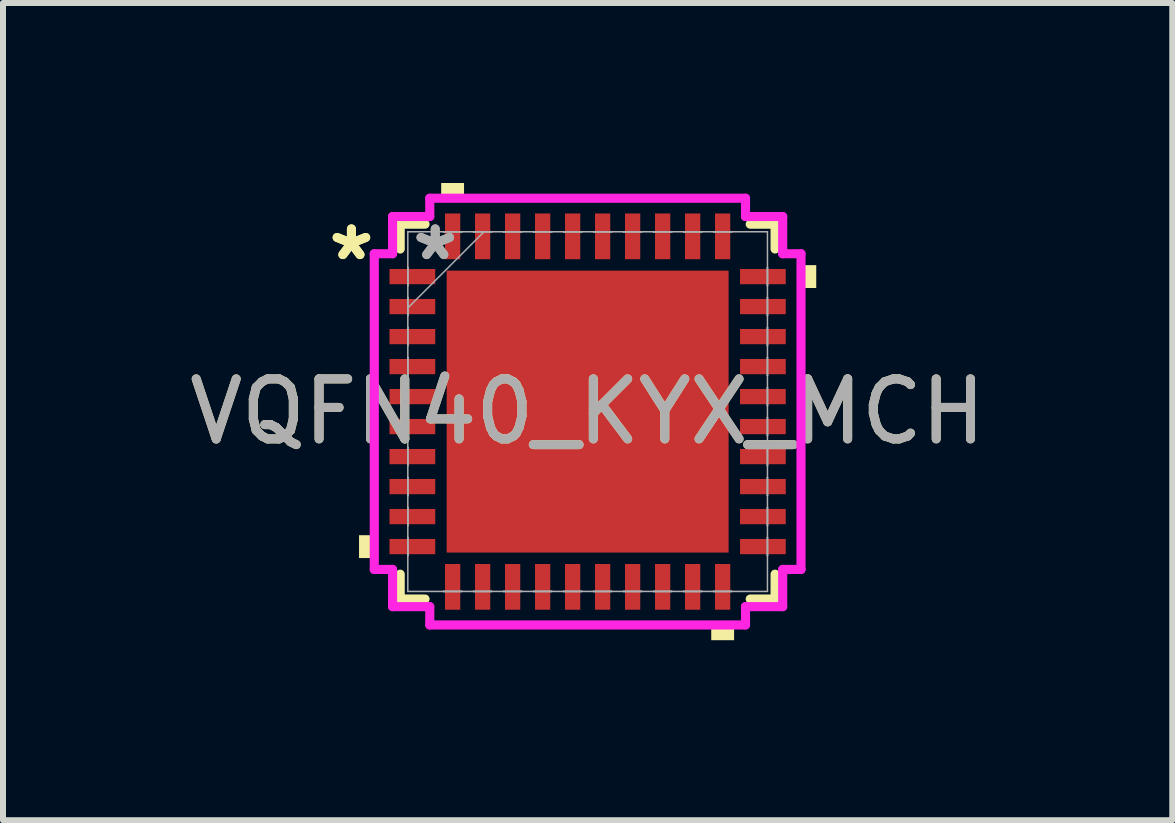
<source format=kicad_pcb>
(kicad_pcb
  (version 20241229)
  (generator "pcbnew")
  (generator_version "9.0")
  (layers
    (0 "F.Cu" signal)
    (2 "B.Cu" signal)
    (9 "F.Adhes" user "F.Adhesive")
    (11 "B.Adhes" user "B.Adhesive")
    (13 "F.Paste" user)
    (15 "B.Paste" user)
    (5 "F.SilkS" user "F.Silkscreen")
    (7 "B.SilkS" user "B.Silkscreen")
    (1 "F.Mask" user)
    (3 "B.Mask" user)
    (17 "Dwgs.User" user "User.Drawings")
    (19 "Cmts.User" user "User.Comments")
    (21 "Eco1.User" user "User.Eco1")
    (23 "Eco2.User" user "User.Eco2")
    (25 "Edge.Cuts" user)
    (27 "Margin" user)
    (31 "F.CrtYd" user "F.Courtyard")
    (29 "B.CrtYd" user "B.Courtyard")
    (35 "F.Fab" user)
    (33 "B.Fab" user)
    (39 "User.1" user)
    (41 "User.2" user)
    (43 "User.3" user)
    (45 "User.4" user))
  (footprint "VQFN40_KYX_MCH"
    (layer "F.Cu")
    (at 6.744 3.81)
    (property "Reference" "VQFN40_KYX_MCH" (at 0 0 0) (unlocked yes) (layer "F.SilkS") (effects (font (size 1 1) (thickness 0.15))))
    (attr smd)
    (fp_line (start -3.124 -3.124) (end -3.124 -2.71) (stroke (width 0.152) (type solid)) (layer "F.SilkS"))
    (fp_line (start -3.124 2.71) (end -3.124 3.124) (stroke (width 0.152) (type solid)) (layer "F.SilkS"))
    (fp_line (start -3.124 3.124) (end -2.71 3.124) (stroke (width 0.152) (type solid)) (layer "F.SilkS"))
    (fp_line (start -2.71 -3.124) (end -3.124 -3.124) (stroke (width 0.152) (type solid)) (layer "F.SilkS"))
    (fp_line (start 2.71 3.124) (end 3.124 3.124) (stroke (width 0.152) (type solid)) (layer "F.SilkS"))
    (fp_line (start 3.124 -3.124) (end 2.71 -3.124) (stroke (width 0.152) (type solid)) (layer "F.SilkS"))
    (fp_line (start 3.124 -2.71) (end 3.124 -3.124) (stroke (width 0.152) (type solid)) (layer "F.SilkS"))
    (fp_line (start 3.124 3.124) (end 3.124 2.71) (stroke (width 0.152) (type solid)) (layer "F.SilkS"))
    (fp_poly (pts (xy -3.81 2.06) (xy -3.81 2.441) (xy -3.556 2.441) (xy -3.556 2.06)) (stroke (width 0) (type solid)) (fill yes) (layer "F.SilkS"))
    (fp_poly (pts (xy -2.441 -3.556) (xy -2.441 -3.81) (xy -2.06 -3.81) (xy -2.06 -3.556)) (stroke (width 0) (type solid)) (fill yes) (layer "F.SilkS"))
    (fp_poly (pts (xy 2.06 3.556) (xy 2.06 3.81) (xy 2.441 3.81) (xy 2.441 3.556)) (stroke (width 0) (type solid)) (fill yes) (layer "F.SilkS"))
    (fp_poly (pts (xy 3.81 -2.441) (xy 3.81 -2.06) (xy 3.556 -2.06) (xy 3.556 -2.441)) (stroke (width 0) (type solid)) (fill yes) (layer "F.SilkS"))
    (fp_poly (pts (xy -2.249 -2.249) (xy -2.249 -0.883) (xy -0.883 -0.883) (xy -0.883 -2.249)) (stroke (width 0) (type solid)) (fill yes) (layer "F.Paste"))
    (fp_poly (pts (xy -2.249 -0.683) (xy -2.249 0.683) (xy -0.883 0.683) (xy -0.883 -0.683)) (stroke (width 0) (type solid)) (fill yes) (layer "F.Paste"))
    (fp_poly (pts (xy -2.249 0.883) (xy -2.249 2.249) (xy -0.883 2.249) (xy -0.883 0.883)) (stroke (width 0) (type solid)) (fill yes) (layer "F.Paste"))
    (fp_poly (pts (xy -0.683 -2.249) (xy -0.683 -0.883) (xy 0.683 -0.883) (xy 0.683 -2.249)) (stroke (width 0) (type solid)) (fill yes) (layer "F.Paste"))
    (fp_poly (pts (xy -0.683 -0.683) (xy -0.683 0.683) (xy 0.683 0.683) (xy 0.683 -0.683)) (stroke (width 0) (type solid)) (fill yes) (layer "F.Paste"))
    (fp_poly (pts (xy -0.683 0.883) (xy -0.683 2.249) (xy 0.683 2.249) (xy 0.683 0.883)) (stroke (width 0) (type solid)) (fill yes) (layer "F.Paste"))
    (fp_poly (pts (xy 0.883 -2.249) (xy 0.883 -0.883) (xy 2.249 -0.883) (xy 2.249 -2.249)) (stroke (width 0) (type solid)) (fill yes) (layer "F.Paste"))
    (fp_poly (pts (xy 0.883 -0.683) (xy 0.883 0.683) (xy 2.249 0.683) (xy 2.249 -0.683)) (stroke (width 0) (type solid)) (fill yes) (layer "F.Paste"))
    (fp_poly (pts (xy 0.883 0.883) (xy 0.883 2.249) (xy 2.249 2.249) (xy 2.249 0.883)) (stroke (width 0) (type solid)) (fill yes) (layer "F.Paste"))
    (fp_line (start -3.556 -2.631) (end -3.251 -2.631) (stroke (width 0.152) (type solid)) (layer "F.CrtYd"))
    (fp_line (start -3.556 2.631) (end -3.556 -2.631) (stroke (width 0.152) (type solid)) (layer "F.CrtYd"))
    (fp_line (start -3.251 -3.251) (end -2.631 -3.251) (stroke (width 0.152) (type solid)) (layer "F.CrtYd"))
    (fp_line (start -3.251 -2.631) (end -3.251 -3.251) (stroke (width 0.152) (type solid)) (layer "F.CrtYd"))
    (fp_line (start -3.251 2.631) (end -3.556 2.631) (stroke (width 0.152) (type solid)) (layer "F.CrtYd"))
    (fp_line (start -3.251 3.251) (end -3.251 2.631) (stroke (width 0.152) (type solid)) (layer "F.CrtYd"))
    (fp_line (start -2.631 -3.556) (end 2.631 -3.556) (stroke (width 0.152) (type solid)) (layer "F.CrtYd"))
    (fp_line (start -2.631 -3.251) (end -2.631 -3.556) (stroke (width 0.152) (type solid)) (layer "F.CrtYd"))
    (fp_line (start -2.631 3.251) (end -3.251 3.251) (stroke (width 0.152) (type solid)) (layer "F.CrtYd"))
    (fp_line (start -2.631 3.556) (end -2.631 3.251) (stroke (width 0.152) (type solid)) (layer "F.CrtYd"))
    (fp_line (start 2.631 -3.556) (end 2.631 -3.251) (stroke (width 0.152) (type solid)) (layer "F.CrtYd"))
    (fp_line (start 2.631 -3.251) (end 3.251 -3.251) (stroke (width 0.152) (type solid)) (layer "F.CrtYd"))
    (fp_line (start 2.631 3.251) (end 2.631 3.556) (stroke (width 0.152) (type solid)) (layer "F.CrtYd"))
    (fp_line (start 2.631 3.556) (end -2.631 3.556) (stroke (width 0.152) (type solid)) (layer "F.CrtYd"))
    (fp_line (start 3.251 -3.251) (end 3.251 -2.631) (stroke (width 0.152) (type solid)) (layer "F.CrtYd"))
    (fp_line (start 3.251 -2.631) (end 3.556 -2.631) (stroke (width 0.152) (type solid)) (layer "F.CrtYd"))
    (fp_line (start 3.251 2.631) (end 3.251 3.251) (stroke (width 0.152) (type solid)) (layer "F.CrtYd"))
    (fp_line (start 3.251 3.251) (end 2.631 3.251) (stroke (width 0.152) (type solid)) (layer "F.CrtYd"))
    (fp_line (start 3.556 -2.631) (end 3.556 2.631) (stroke (width 0.152) (type solid)) (layer "F.CrtYd"))
    (fp_line (start 3.556 2.631) (end 3.251 2.631) (stroke (width 0.152) (type solid)) (layer "F.CrtYd"))
    (fp_line (start -2.997 -2.997) (end -2.997 -2.997) (stroke (width 0.025) (type solid)) (layer "F.Fab"))
    (fp_line (start -2.997 -2.997) (end -2.997 2.997) (stroke (width 0.025) (type solid)) (layer "F.Fab"))
    (fp_line (start -2.997 -2.402) (end -2.997 -2.402) (stroke (width 0.025) (type solid)) (layer "F.Fab"))
    (fp_line (start -2.997 -2.402) (end -2.997 -2.098) (stroke (width 0.025) (type solid)) (layer "F.Fab"))
    (fp_line (start -2.997 -2.098) (end -2.997 -2.402) (stroke (width 0.025) (type solid)) (layer "F.Fab"))
    (fp_line (start -2.997 -2.098) (end -2.997 -2.098) (stroke (width 0.025) (type solid)) (layer "F.Fab"))
    (fp_line (start -2.997 -1.902) (end -2.997 -1.902) (stroke (width 0.025) (type solid)) (layer "F.Fab"))
    (fp_line (start -2.997 -1.902) (end -2.997 -1.598) (stroke (width 0.025) (type solid)) (layer "F.Fab"))
    (fp_line (start -2.997 -1.727) (end -1.727 -2.997) (stroke (width 0.025) (type solid)) (layer "F.Fab"))
    (fp_line (start -2.997 -1.598) (end -2.997 -1.902) (stroke (width 0.025) (type solid)) (layer "F.Fab"))
    (fp_line (start -2.997 -1.598) (end -2.997 -1.598) (stroke (width 0.025) (type solid)) (layer "F.Fab"))
    (fp_line (start -2.997 -1.402) (end -2.997 -1.402) (stroke (width 0.025) (type solid)) (layer "F.Fab"))
    (fp_line (start -2.997 -1.402) (end -2.997 -1.098) (stroke (width 0.025) (type solid)) (layer "F.Fab"))
    (fp_line (start -2.997 -1.098) (end -2.997 -1.402) (stroke (width 0.025) (type solid)) (layer "F.Fab"))
    (fp_line (start -2.997 -1.098) (end -2.997 -1.098) (stroke (width 0.025) (type solid)) (layer "F.Fab"))
    (fp_line (start -2.997 -0.902) (end -2.997 -0.902) (stroke (width 0.025) (type solid)) (layer "F.Fab"))
    (fp_line (start -2.997 -0.902) (end -2.997 -0.598) (stroke (width 0.025) (type solid)) (layer "F.Fab"))
    (fp_line (start -2.997 -0.598) (end -2.997 -0.902) (stroke (width 0.025) (type solid)) (layer "F.Fab"))
    (fp_line (start -2.997 -0.598) (end -2.997 -0.598) (stroke (width 0.025) (type solid)) (layer "F.Fab"))
    (fp_line (start -2.997 -0.402) (end -2.997 -0.402) (stroke (width 0.025) (type solid)) (layer "F.Fab"))
    (fp_line (start -2.997 -0.402) (end -2.997 -0.098) (stroke (width 0.025) (type solid)) (layer "F.Fab"))
    (fp_line (start -2.997 -0.098) (end -2.997 -0.402) (stroke (width 0.025) (type solid)) (layer "F.Fab"))
    (fp_line (start -2.997 -0.098) (end -2.997 -0.098) (stroke (width 0.025) (type solid)) (layer "F.Fab"))
    (fp_line (start -2.997 0.098) (end -2.997 0.098) (stroke (width 0.025) (type solid)) (layer "F.Fab"))
    (fp_line (start -2.997 0.098) (end -2.997 0.402) (stroke (width 0.025) (type solid)) (layer "F.Fab"))
    (fp_line (start -2.997 0.402) (end -2.997 0.098) (stroke (width 0.025) (type solid)) (layer "F.Fab"))
    (fp_line (start -2.997 0.402) (end -2.997 0.402) (stroke (width 0.025) (type solid)) (layer "F.Fab"))
    (fp_line (start -2.997 0.598) (end -2.997 0.598) (stroke (width 0.025) (type solid)) (layer "F.Fab"))
    (fp_line (start -2.997 0.598) (end -2.997 0.902) (stroke (width 0.025) (type solid)) (layer "F.Fab"))
    (fp_line (start -2.997 0.902) (end -2.997 0.598) (stroke (width 0.025) (type solid)) (layer "F.Fab"))
    (fp_line (start -2.997 0.902) (end -2.997 0.902) (stroke (width 0.025) (type solid)) (layer "F.Fab"))
    (fp_line (start -2.997 1.098) (end -2.997 1.098) (stroke (width 0.025) (type solid)) (layer "F.Fab"))
    (fp_line (start -2.997 1.098) (end -2.997 1.402) (stroke (width 0.025) (type solid)) (layer "F.Fab"))
    (fp_line (start -2.997 1.402) (end -2.997 1.098) (stroke (width 0.025) (type solid)) (layer "F.Fab"))
    (fp_line (start -2.997 1.402) (end -2.997 1.402) (stroke (width 0.025) (type solid)) (layer "F.Fab"))
    (fp_line (start -2.997 1.598) (end -2.997 1.598) (stroke (width 0.025) (type solid)) (layer "F.Fab"))
    (fp_line (start -2.997 1.598) (end -2.997 1.902) (stroke (width 0.025) (type solid)) (layer "F.Fab"))
    (fp_line (start -2.997 1.902) (end -2.997 1.598) (stroke (width 0.025) (type solid)) (layer "F.Fab"))
    (fp_line (start -2.997 1.902) (end -2.997 1.902) (stroke (width 0.025) (type solid)) (layer "F.Fab"))
    (fp_line (start -2.997 2.098) (end -2.997 2.098) (stroke (width 0.025) (type solid)) (layer "F.Fab"))
    (fp_line (start -2.997 2.098) (end -2.997 2.402) (stroke (width 0.025) (type solid)) (layer "F.Fab"))
    (fp_line (start -2.997 2.402) (end -2.997 2.098) (stroke (width 0.025) (type solid)) (layer "F.Fab"))
    (fp_line (start -2.997 2.402) (end -2.997 2.402) (stroke (width 0.025) (type solid)) (layer "F.Fab"))
    (fp_line (start -2.997 2.997) (end -2.997 2.997) (stroke (width 0.025) (type solid)) (layer "F.Fab"))
    (fp_line (start -2.997 2.997) (end 2.997 2.997) (stroke (width 0.025) (type solid)) (layer "F.Fab"))
    (fp_line (start -2.402 -2.997) (end -2.402 -2.997) (stroke (width 0.025) (type solid)) (layer "F.Fab"))
    (fp_line (start -2.402 -2.997) (end -2.098 -2.997) (stroke (width 0.025) (type solid)) (layer "F.Fab"))
    (fp_line (start -2.402 2.997) (end -2.402 2.997) (stroke (width 0.025) (type solid)) (layer "F.Fab"))
    (fp_line (start -2.402 2.997) (end -2.098 2.997) (stroke (width 0.025) (type solid)) (layer "F.Fab"))
    (fp_line (start -2.098 -2.997) (end -2.402 -2.997) (stroke (width 0.025) (type solid)) (layer "F.Fab"))
    (fp_line (start -2.098 -2.997) (end -2.098 -2.997) (stroke (width 0.025) (type solid)) (layer "F.Fab"))
    (fp_line (start -2.098 2.997) (end -2.402 2.997) (stroke (width 0.025) (type solid)) (layer "F.Fab"))
    (fp_line (start -2.098 2.997) (end -2.098 2.997) (stroke (width 0.025) (type solid)) (layer "F.Fab"))
    (fp_line (start -1.902 -2.997) (end -1.902 -2.997) (stroke (width 0.025) (type solid)) (layer "F.Fab"))
    (fp_line (start -1.902 -2.997) (end -1.598 -2.997) (stroke (width 0.025) (type solid)) (layer "F.Fab"))
    (fp_line (start -1.902 2.997) (end -1.902 2.997) (stroke (width 0.025) (type solid)) (layer "F.Fab"))
    (fp_line (start -1.902 2.997) (end -1.598 2.997) (stroke (width 0.025) (type solid)) (layer "F.Fab"))
    (fp_line (start -1.598 -2.997) (end -1.902 -2.997) (stroke (width 0.025) (type solid)) (layer "F.Fab"))
    (fp_line (start -1.598 -2.997) (end -1.598 -2.997) (stroke (width 0.025) (type solid)) (layer "F.Fab"))
    (fp_line (start -1.598 2.997) (end -1.902 2.997) (stroke (width 0.025) (type solid)) (layer "F.Fab"))
    (fp_line (start -1.598 2.997) (end -1.598 2.997) (stroke (width 0.025) (type solid)) (layer "F.Fab"))
    (fp_line (start -1.402 -2.997) (end -1.402 -2.997) (stroke (width 0.025) (type solid)) (layer "F.Fab"))
    (fp_line (start -1.402 -2.997) (end -1.098 -2.997) (stroke (width 0.025) (type solid)) (layer "F.Fab"))
    (fp_line (start -1.402 2.997) (end -1.402 2.997) (stroke (width 0.025) (type solid)) (layer "F.Fab"))
    (fp_line (start -1.402 2.997) (end -1.098 2.997) (stroke (width 0.025) (type solid)) (layer "F.Fab"))
    (fp_line (start -1.098 -2.997) (end -1.402 -2.997) (stroke (width 0.025) (type solid)) (layer "F.Fab"))
    (fp_line (start -1.098 -2.997) (end -1.098 -2.997) (stroke (width 0.025) (type solid)) (layer "F.Fab"))
    (fp_line (start -1.098 2.997) (end -1.402 2.997) (stroke (width 0.025) (type solid)) (layer "F.Fab"))
    (fp_line (start -1.098 2.997) (end -1.098 2.997) (stroke (width 0.025) (type solid)) (layer "F.Fab"))
    (fp_line (start -0.902 -2.997) (end -0.902 -2.997) (stroke (width 0.025) (type solid)) (layer "F.Fab"))
    (fp_line (start -0.902 -2.997) (end -0.598 -2.997) (stroke (width 0.025) (type solid)) (layer "F.Fab"))
    (fp_line (start -0.902 2.997) (end -0.902 2.997) (stroke (width 0.025) (type solid)) (layer "F.Fab"))
    (fp_line (start -0.902 2.997) (end -0.598 2.997) (stroke (width 0.025) (type solid)) (layer "F.Fab"))
    (fp_line (start -0.598 -2.997) (end -0.902 -2.997) (stroke (width 0.025) (type solid)) (layer "F.Fab"))
    (fp_line (start -0.598 -2.997) (end -0.598 -2.997) (stroke (width 0.025) (type solid)) (layer "F.Fab"))
    (fp_line (start -0.598 2.997) (end -0.902 2.997) (stroke (width 0.025) (type solid)) (layer "F.Fab"))
    (fp_line (start -0.598 2.997) (end -0.598 2.997) (stroke (width 0.025) (type solid)) (layer "F.Fab"))
    (fp_line (start -0.402 -2.997) (end -0.402 -2.997) (stroke (width 0.025) (type solid)) (layer "F.Fab"))
    (fp_line (start -0.402 -2.997) (end -0.098 -2.997) (stroke (width 0.025) (type solid)) (layer "F.Fab"))
    (fp_line (start -0.402 2.997) (end -0.402 2.997) (stroke (width 0.025) (type solid)) (layer "F.Fab"))
    (fp_line (start -0.402 2.997) (end -0.098 2.997) (stroke (width 0.025) (type solid)) (layer "F.Fab"))
    (fp_line (start -0.098 -2.997) (end -0.402 -2.997) (stroke (width 0.025) (type solid)) (layer "F.Fab"))
    (fp_line (start -0.098 -2.997) (end -0.098 -2.997) (stroke (width 0.025) (type solid)) (layer "F.Fab"))
    (fp_line (start -0.098 2.997) (end -0.402 2.997) (stroke (width 0.025) (type solid)) (layer "F.Fab"))
    (fp_line (start -0.098 2.997) (end -0.098 2.997) (stroke (width 0.025) (type solid)) (layer "F.Fab"))
    (fp_line (start 0.098 -2.997) (end 0.098 -2.997) (stroke (width 0.025) (type solid)) (layer "F.Fab"))
    (fp_line (start 0.098 -2.997) (end 0.402 -2.997) (stroke (width 0.025) (type solid)) (layer "F.Fab"))
    (fp_line (start 0.098 2.997) (end 0.098 2.997) (stroke (width 0.025) (type solid)) (layer "F.Fab"))
    (fp_line (start 0.098 2.997) (end 0.402 2.997) (stroke (width 0.025) (type solid)) (layer "F.Fab"))
    (fp_line (start 0.402 -2.997) (end 0.098 -2.997) (stroke (width 0.025) (type solid)) (layer "F.Fab"))
    (fp_line (start 0.402 -2.997) (end 0.402 -2.997) (stroke (width 0.025) (type solid)) (layer "F.Fab"))
    (fp_line (start 0.402 2.997) (end 0.098 2.997) (stroke (width 0.025) (type solid)) (layer "F.Fab"))
    (fp_line (start 0.402 2.997) (end 0.402 2.997) (stroke (width 0.025) (type solid)) (layer "F.Fab"))
    (fp_line (start 0.598 -2.997) (end 0.598 -2.997) (stroke (width 0.025) (type solid)) (layer "F.Fab"))
    (fp_line (start 0.598 -2.997) (end 0.902 -2.997) (stroke (width 0.025) (type solid)) (layer "F.Fab"))
    (fp_line (start 0.598 2.997) (end 0.598 2.997) (stroke (width 0.025) (type solid)) (layer "F.Fab"))
    (fp_line (start 0.598 2.997) (end 0.902 2.997) (stroke (width 0.025) (type solid)) (layer "F.Fab"))
    (fp_line (start 0.902 -2.997) (end 0.598 -2.997) (stroke (width 0.025) (type solid)) (layer "F.Fab"))
    (fp_line (start 0.902 -2.997) (end 0.902 -2.997) (stroke (width 0.025) (type solid)) (layer "F.Fab"))
    (fp_line (start 0.902 2.997) (end 0.598 2.997) (stroke (width 0.025) (type solid)) (layer "F.Fab"))
    (fp_line (start 0.902 2.997) (end 0.902 2.997) (stroke (width 0.025) (type solid)) (layer "F.Fab"))
    (fp_line (start 1.098 -2.997) (end 1.098 -2.997) (stroke (width 0.025) (type solid)) (layer "F.Fab"))
    (fp_line (start 1.098 -2.997) (end 1.402 -2.997) (stroke (width 0.025) (type solid)) (layer "F.Fab"))
    (fp_line (start 1.098 2.997) (end 1.098 2.997) (stroke (width 0.025) (type solid)) (layer "F.Fab"))
    (fp_line (start 1.098 2.997) (end 1.402 2.997) (stroke (width 0.025) (type solid)) (layer "F.Fab"))
    (fp_line (start 1.402 -2.997) (end 1.098 -2.997) (stroke (width 0.025) (type solid)) (layer "F.Fab"))
    (fp_line (start 1.402 -2.997) (end 1.402 -2.997) (stroke (width 0.025) (type solid)) (layer "F.Fab"))
    (fp_line (start 1.402 2.997) (end 1.098 2.997) (stroke (width 0.025) (type solid)) (layer "F.Fab"))
    (fp_line (start 1.402 2.997) (end 1.402 2.997) (stroke (width 0.025) (type solid)) (layer "F.Fab"))
    (fp_line (start 1.598 -2.997) (end 1.598 -2.997) (stroke (width 0.025) (type solid)) (layer "F.Fab"))
    (fp_line (start 1.598 -2.997) (end 1.902 -2.997) (stroke (width 0.025) (type solid)) (layer "F.Fab"))
    (fp_line (start 1.598 2.997) (end 1.598 2.997) (stroke (width 0.025) (type solid)) (layer "F.Fab"))
    (fp_line (start 1.598 2.997) (end 1.902 2.997) (stroke (width 0.025) (type solid)) (layer "F.Fab"))
    (fp_line (start 1.902 -2.997) (end 1.598 -2.997) (stroke (width 0.025) (type solid)) (layer "F.Fab"))
    (fp_line (start 1.902 -2.997) (end 1.902 -2.997) (stroke (width 0.025) (type solid)) (layer "F.Fab"))
    (fp_line (start 1.902 2.997) (end 1.598 2.997) (stroke (width 0.025) (type solid)) (layer "F.Fab"))
    (fp_line (start 1.902 2.997) (end 1.902 2.997) (stroke (width 0.025) (type solid)) (layer "F.Fab"))
    (fp_line (start 2.098 -2.997) (end 2.098 -2.997) (stroke (width 0.025) (type solid)) (layer "F.Fab"))
    (fp_line (start 2.098 -2.997) (end 2.402 -2.997) (stroke (width 0.025) (type solid)) (layer "F.Fab"))
    (fp_line (start 2.098 2.997) (end 2.098 2.997) (stroke (width 0.025) (type solid)) (layer "F.Fab"))
    (fp_line (start 2.098 2.997) (end 2.402 2.997) (stroke (width 0.025) (type solid)) (layer "F.Fab"))
    (fp_line (start 2.402 -2.997) (end 2.098 -2.997) (stroke (width 0.025) (type solid)) (layer "F.Fab"))
    (fp_line (start 2.402 -2.997) (end 2.402 -2.997) (stroke (width 0.025) (type solid)) (layer "F.Fab"))
    (fp_line (start 2.402 2.997) (end 2.098 2.997) (stroke (width 0.025) (type solid)) (layer "F.Fab"))
    (fp_line (start 2.402 2.997) (end 2.402 2.997) (stroke (width 0.025) (type solid)) (layer "F.Fab"))
    (fp_line (start 2.997 -2.997) (end -2.997 -2.997) (stroke (width 0.025) (type solid)) (layer "F.Fab"))
    (fp_line (start 2.997 -2.997) (end 2.997 -2.997) (stroke (width 0.025) (type solid)) (layer "F.Fab"))
    (fp_line (start 2.997 -2.402) (end 2.997 -2.402) (stroke (width 0.025) (type solid)) (layer "F.Fab"))
    (fp_line (start 2.997 -2.402) (end 2.997 -2.098) (stroke (width 0.025) (type solid)) (layer "F.Fab"))
    (fp_line (start 2.997 -2.098) (end 2.997 -2.402) (stroke (width 0.025) (type solid)) (layer "F.Fab"))
    (fp_line (start 2.997 -2.098) (end 2.997 -2.098) (stroke (width 0.025) (type solid)) (layer "F.Fab"))
    (fp_line (start 2.997 -1.902) (end 2.997 -1.902) (stroke (width 0.025) (type solid)) (layer "F.Fab"))
    (fp_line (start 2.997 -1.902) (end 2.997 -1.598) (stroke (width 0.025) (type solid)) (layer "F.Fab"))
    (fp_line (start 2.997 -1.598) (end 2.997 -1.902) (stroke (width 0.025) (type solid)) (layer "F.Fab"))
    (fp_line (start 2.997 -1.598) (end 2.997 -1.598) (stroke (width 0.025) (type solid)) (layer "F.Fab"))
    (fp_line (start 2.997 -1.402) (end 2.997 -1.402) (stroke (width 0.025) (type solid)) (layer "F.Fab"))
    (fp_line (start 2.997 -1.402) (end 2.997 -1.098) (stroke (width 0.025) (type solid)) (layer "F.Fab"))
    (fp_line (start 2.997 -1.098) (end 2.997 -1.402) (stroke (width 0.025) (type solid)) (layer "F.Fab"))
    (fp_line (start 2.997 -1.098) (end 2.997 -1.098) (stroke (width 0.025) (type solid)) (layer "F.Fab"))
    (fp_line (start 2.997 -0.902) (end 2.997 -0.902) (stroke (width 0.025) (type solid)) (layer "F.Fab"))
    (fp_line (start 2.997 -0.902) (end 2.997 -0.598) (stroke (width 0.025) (type solid)) (layer "F.Fab"))
    (fp_line (start 2.997 -0.598) (end 2.997 -0.902) (stroke (width 0.025) (type solid)) (layer "F.Fab"))
    (fp_line (start 2.997 -0.598) (end 2.997 -0.598) (stroke (width 0.025) (type solid)) (layer "F.Fab"))
    (fp_line (start 2.997 -0.402) (end 2.997 -0.402) (stroke (width 0.025) (type solid)) (layer "F.Fab"))
    (fp_line (start 2.997 -0.402) (end 2.997 -0.098) (stroke (width 0.025) (type solid)) (layer "F.Fab"))
    (fp_line (start 2.997 -0.098) (end 2.997 -0.402) (stroke (width 0.025) (type solid)) (layer "F.Fab"))
    (fp_line (start 2.997 -0.098) (end 2.997 -0.098) (stroke (width 0.025) (type solid)) (layer "F.Fab"))
    (fp_line (start 2.997 0.098) (end 2.997 0.098) (stroke (width 0.025) (type solid)) (layer "F.Fab"))
    (fp_line (start 2.997 0.098) (end 2.997 0.402) (stroke (width 0.025) (type solid)) (layer "F.Fab"))
    (fp_line (start 2.997 0.402) (end 2.997 0.098) (stroke (width 0.025) (type solid)) (layer "F.Fab"))
    (fp_line (start 2.997 0.402) (end 2.997 0.402) (stroke (width 0.025) (type solid)) (layer "F.Fab"))
    (fp_line (start 2.997 0.598) (end 2.997 0.598) (stroke (width 0.025) (type solid)) (layer "F.Fab"))
    (fp_line (start 2.997 0.598) (end 2.997 0.902) (stroke (width 0.025) (type solid)) (layer "F.Fab"))
    (fp_line (start 2.997 0.902) (end 2.997 0.598) (stroke (width 0.025) (type solid)) (layer "F.Fab"))
    (fp_line (start 2.997 0.902) (end 2.997 0.902) (stroke (width 0.025) (type solid)) (layer "F.Fab"))
    (fp_line (start 2.997 1.098) (end 2.997 1.098) (stroke (width 0.025) (type solid)) (layer "F.Fab"))
    (fp_line (start 2.997 1.098) (end 2.997 1.402) (stroke (width 0.025) (type solid)) (layer "F.Fab"))
    (fp_line (start 2.997 1.402) (end 2.997 1.098) (stroke (width 0.025) (type solid)) (layer "F.Fab"))
    (fp_line (start 2.997 1.402) (end 2.997 1.402) (stroke (width 0.025) (type solid)) (layer "F.Fab"))
    (fp_line (start 2.997 1.598) (end 2.997 1.598) (stroke (width 0.025) (type solid)) (layer "F.Fab"))
    (fp_line (start 2.997 1.598) (end 2.997 1.902) (stroke (width 0.025) (type solid)) (layer "F.Fab"))
    (fp_line (start 2.997 1.902) (end 2.997 1.598) (stroke (width 0.025) (type solid)) (layer "F.Fab"))
    (fp_line (start 2.997 1.902) (end 2.997 1.902) (stroke (width 0.025) (type solid)) (layer "F.Fab"))
    (fp_line (start 2.997 2.098) (end 2.997 2.098) (stroke (width 0.025) (type solid)) (layer "F.Fab"))
    (fp_line (start 2.997 2.098) (end 2.997 2.402) (stroke (width 0.025) (type solid)) (layer "F.Fab"))
    (fp_line (start 2.997 2.402) (end 2.997 2.098) (stroke (width 0.025) (type solid)) (layer "F.Fab"))
    (fp_line (start 2.997 2.402) (end 2.997 2.402) (stroke (width 0.025) (type solid)) (layer "F.Fab"))
    (fp_line (start 2.997 2.997) (end 2.997 -2.997) (stroke (width 0.025) (type solid)) (layer "F.Fab"))
    (fp_line (start 2.997 2.997) (end 2.997 2.997) (stroke (width 0.025) (type solid)) (layer "F.Fab"))
    (fp_text user "*" (at -3.937 -2.5 0) (unlocked yes) (layer "F.SilkS") (effects (font (size 1 1) (thickness 0.15))))
    (fp_text user "*" (at -3.937 -2.5 0) (layer "F.SilkS") (effects (font (size 1 1) (thickness 0.15))))
    (fp_text user "*" (at -2.54 -2.5 0) (layer "F.Fab") (effects (font (size 1 1) (thickness 0.15))))
    (fp_text user "*" (at -2.54 -2.5 0) (unlocked yes) (layer "F.Fab") (effects (font (size 1 1) (thickness 0.15))))
    (fp_text user "${REFERENCE}" (at 0 0 0) (unlocked yes) (layer "F.Fab") (effects (font (size 1 1) (thickness 0.15))))
    (pad "1" smd rect (at -2.921 -2.25 90) (size 0.254 0.762) (layers "F.Cu" "F.Mask" "F.Paste"))
    (pad "2" smd rect (at -2.921 -1.75 90) (size 0.254 0.762) (layers "F.Cu" "F.Mask" "F.Paste"))
    (pad "3" smd rect (at -2.921 -1.25 90) (size 0.254 0.762) (layers "F.Cu" "F.Mask" "F.Paste"))
    (pad "4" smd rect (at -2.921 -0.75 90) (size 0.254 0.762) (layers "F.Cu" "F.Mask" "F.Paste"))
    (pad "5" smd rect (at -2.921 -0.25 90) (size 0.254 0.762) (layers "F.Cu" "F.Mask" "F.Paste"))
    (pad "6" smd rect (at -2.921 0.25 90) (size 0.254 0.762) (layers "F.Cu" "F.Mask" "F.Paste"))
    (pad "7" smd rect (at -2.921 0.75 90) (size 0.254 0.762) (layers "F.Cu" "F.Mask" "F.Paste"))
    (pad "8" smd rect (at -2.921 1.25 90) (size 0.254 0.762) (layers "F.Cu" "F.Mask" "F.Paste"))
    (pad "9" smd rect (at -2.921 1.75 90) (size 0.254 0.762) (layers "F.Cu" "F.Mask" "F.Paste"))
    (pad "10" smd rect (at -2.921 2.25 90) (size 0.254 0.762) (layers "F.Cu" "F.Mask" "F.Paste"))
    (pad "11" smd rect (at -2.25 2.921) (size 0.254 0.762) (layers "F.Cu" "F.Mask" "F.Paste"))
    (pad "12" smd rect (at -1.75 2.921) (size 0.254 0.762) (layers "F.Cu" "F.Mask" "F.Paste"))
    (pad "13" smd rect (at -1.25 2.921) (size 0.254 0.762) (layers "F.Cu" "F.Mask" "F.Paste"))
    (pad "14" smd rect (at -0.75 2.921) (size 0.254 0.762) (layers "F.Cu" "F.Mask" "F.Paste"))
    (pad "15" smd rect (at -0.25 2.921) (size 0.254 0.762) (layers "F.Cu" "F.Mask" "F.Paste"))
    (pad "16" smd rect (at 0.25 2.921) (size 0.254 0.762) (layers "F.Cu" "F.Mask" "F.Paste"))
    (pad "17" smd rect (at 0.75 2.921) (size 0.254 0.762) (layers "F.Cu" "F.Mask" "F.Paste"))
    (pad "18" smd rect (at 1.25 2.921) (size 0.254 0.762) (layers "F.Cu" "F.Mask" "F.Paste"))
    (pad "19" smd rect (at 1.75 2.921) (size 0.254 0.762) (layers "F.Cu" "F.Mask" "F.Paste"))
    (pad "20" smd rect (at 2.25 2.921) (size 0.254 0.762) (layers "F.Cu" "F.Mask" "F.Paste"))
    (pad "21" smd rect (at 2.921 2.25 90) (size 0.254 0.762) (layers "F.Cu" "F.Mask" "F.Paste"))
    (pad "22" smd rect (at 2.921 1.75 90) (size 0.254 0.762) (layers "F.Cu" "F.Mask" "F.Paste"))
    (pad "23" smd rect (at 2.921 1.25 90) (size 0.254 0.762) (layers "F.Cu" "F.Mask" "F.Paste"))
    (pad "24" smd rect (at 2.921 0.75 90) (size 0.254 0.762) (layers "F.Cu" "F.Mask" "F.Paste"))
    (pad "25" smd rect (at 2.921 0.25 90) (size 0.254 0.762) (layers "F.Cu" "F.Mask" "F.Paste"))
    (pad "26" smd rect (at 2.921 -0.25 90) (size 0.254 0.762) (layers "F.Cu" "F.Mask" "F.Paste"))
    (pad "27" smd rect (at 2.921 -0.75 90) (size 0.254 0.762) (layers "F.Cu" "F.Mask" "F.Paste"))
    (pad "28" smd rect (at 2.921 -1.25 90) (size 0.254 0.762) (layers "F.Cu" "F.Mask" "F.Paste"))
    (pad "29" smd rect (at 2.921 -1.75 90) (size 0.254 0.762) (layers "F.Cu" "F.Mask" "F.Paste"))
    (pad "30" smd rect (at 2.921 -2.25 90) (size 0.254 0.762) (layers "F.Cu" "F.Mask" "F.Paste"))
    (pad "31" smd rect (at 2.25 -2.921) (size 0.254 0.762) (layers "F.Cu" "F.Mask" "F.Paste"))
    (pad "32" smd rect (at 1.75 -2.921) (size 0.254 0.762) (layers "F.Cu" "F.Mask" "F.Paste"))
    (pad "33" smd rect (at 1.25 -2.921) (size 0.254 0.762) (layers "F.Cu" "F.Mask" "F.Paste"))
    (pad "34" smd rect (at 0.75 -2.921) (size 0.254 0.762) (layers "F.Cu" "F.Mask" "F.Paste"))
    (pad "35" smd rect (at 0.25 -2.921) (size 0.254 0.762) (layers "F.Cu" "F.Mask" "F.Paste"))
    (pad "36" smd rect (at -0.25 -2.921) (size 0.254 0.762) (layers "F.Cu" "F.Mask" "F.Paste"))
    (pad "37" smd rect (at -0.75 -2.921) (size 0.254 0.762) (layers "F.Cu" "F.Mask" "F.Paste"))
    (pad "38" smd rect (at -1.25 -2.921) (size 0.254 0.762) (layers "F.Cu" "F.Mask" "F.Paste"))
    (pad "39" smd rect (at -1.75 -2.921) (size 0.254 0.762) (layers "F.Cu" "F.Mask" "F.Paste"))
    (pad "40" smd rect (at -2.25 -2.921) (size 0.254 0.762) (layers "F.Cu" "F.Mask" "F.Paste"))
    (pad "41" smd rect (at 0 0) (size 4.699 4.699) (layers "F.Cu" "F.Mask" "F.Paste")))
  (gr_rect
    (start -3 -3)
    (end 16.488 10.62)
    (stroke (width 0.1) (type default))
    (fill no)
    (layer "Edge.Cuts")))
</source>
